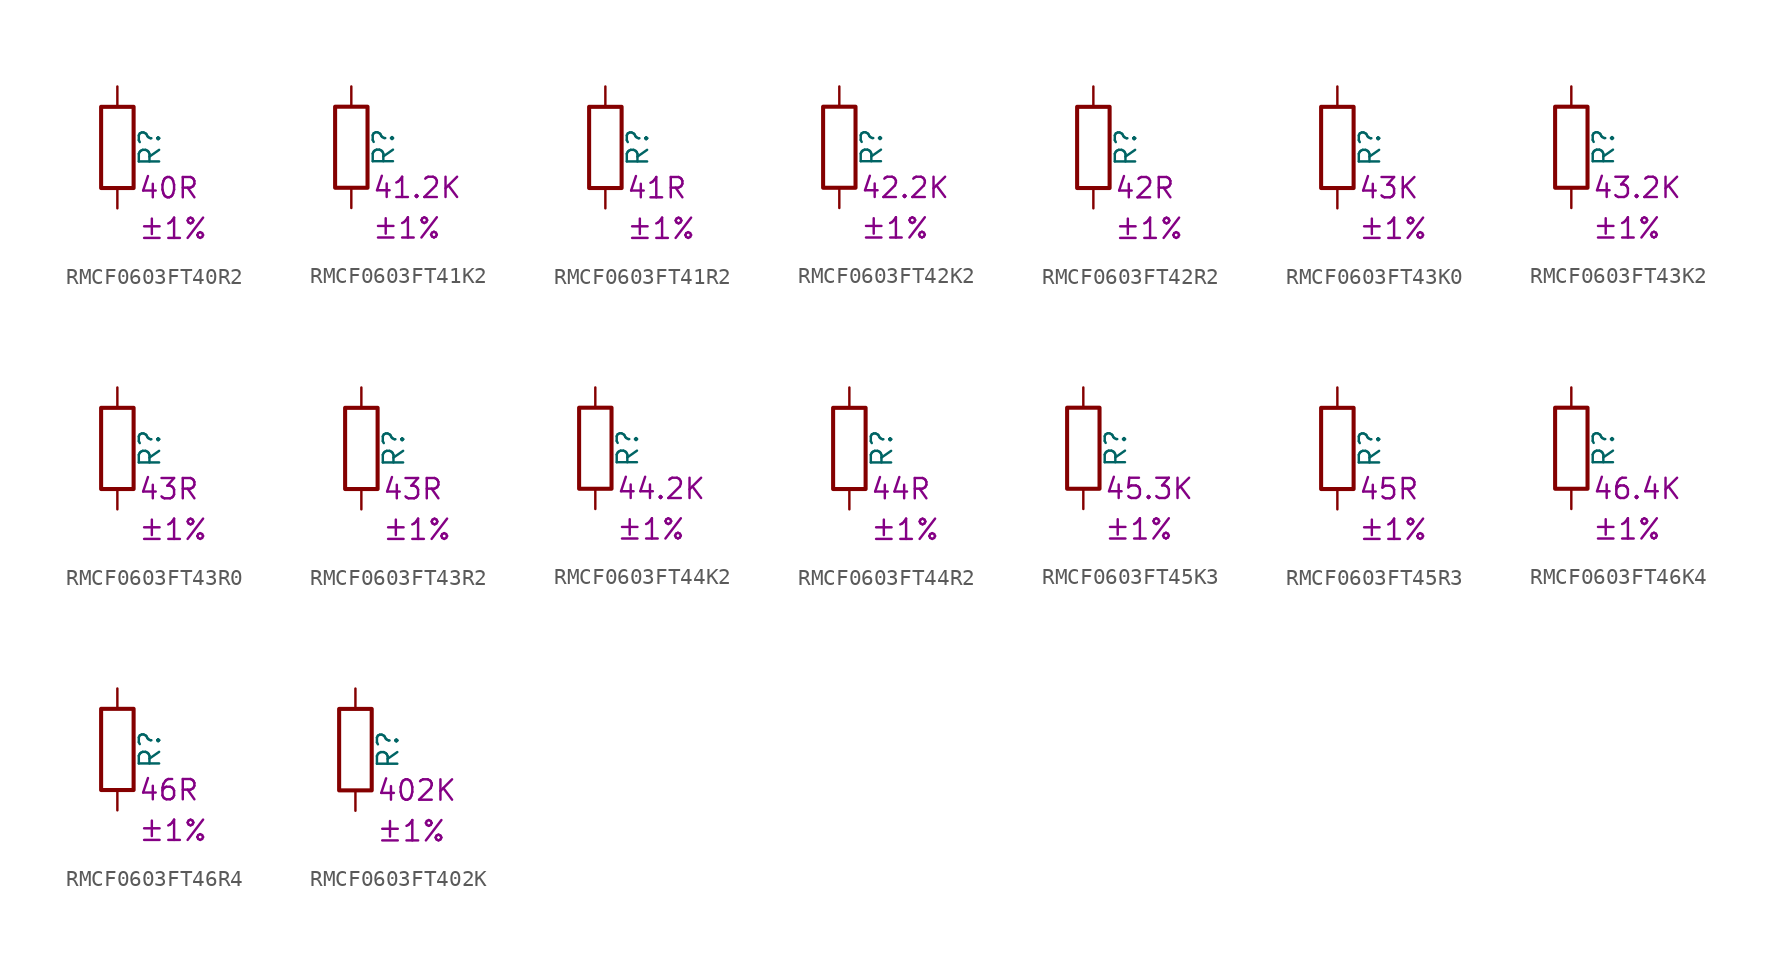
<source format=kicad_sym>
(kicad_symbol_lib
  (version 20220914)
  (generator kicad_symbol_editor)
  (symbol "RMCF0603FT40R2"
    (pin_numbers hide)
    (pin_names
      (offset 0))
    (property "Reference" "R"
      (at 2.032 0 90)
      (effects (font (size 1.27 1.27))))
    (property "Resistance" "40R"
      (at 1.27 -2.54 0)
      (effects (font (size 1.27 1.27)) (justify left)))
    (property "Tolerance" "±1%"
      (at 1.27 -5.08 0)
      (effects (font (size 1.27 1.27)) (justify left)))
    (symbol "RMCF0603FT40R2_0_1"
      (rectangle (start -1.016 -2.54) (end 1.016 2.54) (stroke (width 0.254) (type default)) (fill (type none))))
    (symbol "RMCF0603FT40R2_1_1"
      (pin passive line (at 0 3.81 270) (length 1.27) (name "~" (effects (font (size 1.27 1.27)))) (number "1" (effects (font (size 1.27 1.27)))))
      (pin passive line (at 0 -3.81 90) (length 1.27) (name "~" (effects (font (size 1.27 1.27)))) (number "2" (effects (font (size 1.27 1.27)))))))
  (symbol "RMCF0603FT41K2"
    (pin_numbers hide)
    (pin_names
      (offset 0))
    (property "Reference" "R"
      (at 2.032 0 90)
      (effects (font (size 1.27 1.27))))
    (property "Resistance" "41.2K"
      (at 1.27 -2.54 0)
      (effects (font (size 1.27 1.27)) (justify left)))
    (property "Tolerance" "±1%"
      (at 1.27 -5.08 0)
      (effects (font (size 1.27 1.27)) (justify left)))
    (symbol "RMCF0603FT41K2_0_1"
      (rectangle (start -1.016 -2.54) (end 1.016 2.54) (stroke (width 0.254) (type default)) (fill (type none))))
    (symbol "RMCF0603FT41K2_1_1"
      (pin passive line (at 0 3.81 270) (length 1.27) (name "~" (effects (font (size 1.27 1.27)))) (number "1" (effects (font (size 1.27 1.27)))))
      (pin passive line (at 0 -3.81 90) (length 1.27) (name "~" (effects (font (size 1.27 1.27)))) (number "2" (effects (font (size 1.27 1.27)))))))
  (symbol "RMCF0603FT41R2"
    (pin_numbers hide)
    (pin_names
      (offset 0))
    (property "Reference" "R"
      (at 2.032 0 90)
      (effects (font (size 1.27 1.27))))
    (property "Resistance" "41R"
      (at 1.27 -2.54 0)
      (effects (font (size 1.27 1.27)) (justify left)))
    (property "Tolerance" "±1%"
      (at 1.27 -5.08 0)
      (effects (font (size 1.27 1.27)) (justify left)))
    (symbol "RMCF0603FT41R2_0_1"
      (rectangle (start -1.016 -2.54) (end 1.016 2.54) (stroke (width 0.254) (type default)) (fill (type none))))
    (symbol "RMCF0603FT41R2_1_1"
      (pin passive line (at 0 3.81 270) (length 1.27) (name "~" (effects (font (size 1.27 1.27)))) (number "1" (effects (font (size 1.27 1.27)))))
      (pin passive line (at 0 -3.81 90) (length 1.27) (name "~" (effects (font (size 1.27 1.27)))) (number "2" (effects (font (size 1.27 1.27)))))))
  (symbol "RMCF0603FT42K2"
    (pin_numbers hide)
    (pin_names
      (offset 0))
    (property "Reference" "R"
      (at 2.032 0 90)
      (effects (font (size 1.27 1.27))))
    (property "Resistance" "42.2K"
      (at 1.27 -2.54 0)
      (effects (font (size 1.27 1.27)) (justify left)))
    (property "Tolerance" "±1%"
      (at 1.27 -5.08 0)
      (effects (font (size 1.27 1.27)) (justify left)))
    (symbol "RMCF0603FT42K2_0_1"
      (rectangle (start -1.016 -2.54) (end 1.016 2.54) (stroke (width 0.254) (type default)) (fill (type none))))
    (symbol "RMCF0603FT42K2_1_1"
      (pin passive line (at 0 3.81 270) (length 1.27) (name "~" (effects (font (size 1.27 1.27)))) (number "1" (effects (font (size 1.27 1.27)))))
      (pin passive line (at 0 -3.81 90) (length 1.27) (name "~" (effects (font (size 1.27 1.27)))) (number "2" (effects (font (size 1.27 1.27)))))))
  (symbol "RMCF0603FT42R2"
    (pin_numbers hide)
    (pin_names
      (offset 0))
    (property "Reference" "R"
      (at 2.032 0 90)
      (effects (font (size 1.27 1.27))))
    (property "Resistance" "42R"
      (at 1.27 -2.54 0)
      (effects (font (size 1.27 1.27)) (justify left)))
    (property "Tolerance" "±1%"
      (at 1.27 -5.08 0)
      (effects (font (size 1.27 1.27)) (justify left)))
    (symbol "RMCF0603FT42R2_0_1"
      (rectangle (start -1.016 -2.54) (end 1.016 2.54) (stroke (width 0.254) (type default)) (fill (type none))))
    (symbol "RMCF0603FT42R2_1_1"
      (pin passive line (at 0 3.81 270) (length 1.27) (name "~" (effects (font (size 1.27 1.27)))) (number "1" (effects (font (size 1.27 1.27)))))
      (pin passive line (at 0 -3.81 90) (length 1.27) (name "~" (effects (font (size 1.27 1.27)))) (number "2" (effects (font (size 1.27 1.27)))))))
  (symbol "RMCF0603FT43K0"
    (pin_numbers hide)
    (pin_names
      (offset 0))
    (property "Reference" "R"
      (at 2.032 0 90)
      (effects (font (size 1.27 1.27))))
    (property "Resistance" "43K"
      (at 1.27 -2.54 0)
      (effects (font (size 1.27 1.27)) (justify left)))
    (property "Tolerance" "±1%"
      (at 1.27 -5.08 0)
      (effects (font (size 1.27 1.27)) (justify left)))
    (symbol "RMCF0603FT43K0_0_1"
      (rectangle (start -1.016 -2.54) (end 1.016 2.54) (stroke (width 0.254) (type default)) (fill (type none))))
    (symbol "RMCF0603FT43K0_1_1"
      (pin passive line (at 0 3.81 270) (length 1.27) (name "~" (effects (font (size 1.27 1.27)))) (number "1" (effects (font (size 1.27 1.27)))))
      (pin passive line (at 0 -3.81 90) (length 1.27) (name "~" (effects (font (size 1.27 1.27)))) (number "2" (effects (font (size 1.27 1.27)))))))
  (symbol "RMCF0603FT43K2"
    (pin_numbers hide)
    (pin_names
      (offset 0))
    (property "Reference" "R"
      (at 2.032 0 90)
      (effects (font (size 1.27 1.27))))
    (property "Resistance" "43.2K"
      (at 1.27 -2.54 0)
      (effects (font (size 1.27 1.27)) (justify left)))
    (property "Tolerance" "±1%"
      (at 1.27 -5.08 0)
      (effects (font (size 1.27 1.27)) (justify left)))
    (symbol "RMCF0603FT43K2_0_1"
      (rectangle (start -1.016 -2.54) (end 1.016 2.54) (stroke (width 0.254) (type default)) (fill (type none))))
    (symbol "RMCF0603FT43K2_1_1"
      (pin passive line (at 0 3.81 270) (length 1.27) (name "~" (effects (font (size 1.27 1.27)))) (number "1" (effects (font (size 1.27 1.27)))))
      (pin passive line (at 0 -3.81 90) (length 1.27) (name "~" (effects (font (size 1.27 1.27)))) (number "2" (effects (font (size 1.27 1.27)))))))
  (symbol "RMCF0603FT43R0"
    (pin_numbers hide)
    (pin_names
      (offset 0))
    (property "Reference" "R"
      (at 2.032 0 90)
      (effects (font (size 1.27 1.27))))
    (property "Resistance" "43R"
      (at 1.27 -2.54 0)
      (effects (font (size 1.27 1.27)) (justify left)))
    (property "Tolerance" "±1%"
      (at 1.27 -5.08 0)
      (effects (font (size 1.27 1.27)) (justify left)))
    (symbol "RMCF0603FT43R0_0_1"
      (rectangle (start -1.016 -2.54) (end 1.016 2.54) (stroke (width 0.254) (type default)) (fill (type none))))
    (symbol "RMCF0603FT43R0_1_1"
      (pin passive line (at 0 3.81 270) (length 1.27) (name "~" (effects (font (size 1.27 1.27)))) (number "1" (effects (font (size 1.27 1.27)))))
      (pin passive line (at 0 -3.81 90) (length 1.27) (name "~" (effects (font (size 1.27 1.27)))) (number "2" (effects (font (size 1.27 1.27)))))))
  (symbol "RMCF0603FT43R2"
    (pin_numbers hide)
    (pin_names
      (offset 0))
    (property "Reference" "R"
      (at 2.032 0 90)
      (effects (font (size 1.27 1.27))))
    (property "Resistance" "43R"
      (at 1.27 -2.54 0)
      (effects (font (size 1.27 1.27)) (justify left)))
    (property "Tolerance" "±1%"
      (at 1.27 -5.08 0)
      (effects (font (size 1.27 1.27)) (justify left)))
    (symbol "RMCF0603FT43R2_0_1"
      (rectangle (start -1.016 -2.54) (end 1.016 2.54) (stroke (width 0.254) (type default)) (fill (type none))))
    (symbol "RMCF0603FT43R2_1_1"
      (pin passive line (at 0 3.81 270) (length 1.27) (name "~" (effects (font (size 1.27 1.27)))) (number "1" (effects (font (size 1.27 1.27)))))
      (pin passive line (at 0 -3.81 90) (length 1.27) (name "~" (effects (font (size 1.27 1.27)))) (number "2" (effects (font (size 1.27 1.27)))))))
  (symbol "RMCF0603FT44K2"
    (pin_numbers hide)
    (pin_names
      (offset 0))
    (property "Reference" "R"
      (at 2.032 0 90)
      (effects (font (size 1.27 1.27))))
    (property "Resistance" "44.2K"
      (at 1.27 -2.54 0)
      (effects (font (size 1.27 1.27)) (justify left)))
    (property "Tolerance" "±1%"
      (at 1.27 -5.08 0)
      (effects (font (size 1.27 1.27)) (justify left)))
    (symbol "RMCF0603FT44K2_0_1"
      (rectangle (start -1.016 -2.54) (end 1.016 2.54) (stroke (width 0.254) (type default)) (fill (type none))))
    (symbol "RMCF0603FT44K2_1_1"
      (pin passive line (at 0 3.81 270) (length 1.27) (name "~" (effects (font (size 1.27 1.27)))) (number "1" (effects (font (size 1.27 1.27)))))
      (pin passive line (at 0 -3.81 90) (length 1.27) (name "~" (effects (font (size 1.27 1.27)))) (number "2" (effects (font (size 1.27 1.27)))))))
  (symbol "RMCF0603FT44R2"
    (pin_numbers hide)
    (pin_names
      (offset 0))
    (property "Reference" "R"
      (at 2.032 0 90)
      (effects (font (size 1.27 1.27))))
    (property "Resistance" "44R"
      (at 1.27 -2.54 0)
      (effects (font (size 1.27 1.27)) (justify left)))
    (property "Tolerance" "±1%"
      (at 1.27 -5.08 0)
      (effects (font (size 1.27 1.27)) (justify left)))
    (symbol "RMCF0603FT44R2_0_1"
      (rectangle (start -1.016 -2.54) (end 1.016 2.54) (stroke (width 0.254) (type default)) (fill (type none))))
    (symbol "RMCF0603FT44R2_1_1"
      (pin passive line (at 0 3.81 270) (length 1.27) (name "~" (effects (font (size 1.27 1.27)))) (number "1" (effects (font (size 1.27 1.27)))))
      (pin passive line (at 0 -3.81 90) (length 1.27) (name "~" (effects (font (size 1.27 1.27)))) (number "2" (effects (font (size 1.27 1.27)))))))
  (symbol "RMCF0603FT45K3"
    (pin_numbers hide)
    (pin_names
      (offset 0))
    (property "Reference" "R"
      (at 2.032 0 90)
      (effects (font (size 1.27 1.27))))
    (property "Resistance" "45.3K"
      (at 1.27 -2.54 0)
      (effects (font (size 1.27 1.27)) (justify left)))
    (property "Tolerance" "±1%"
      (at 1.27 -5.08 0)
      (effects (font (size 1.27 1.27)) (justify left)))
    (symbol "RMCF0603FT45K3_0_1"
      (rectangle (start -1.016 -2.54) (end 1.016 2.54) (stroke (width 0.254) (type default)) (fill (type none))))
    (symbol "RMCF0603FT45K3_1_1"
      (pin passive line (at 0 3.81 270) (length 1.27) (name "~" (effects (font (size 1.27 1.27)))) (number "1" (effects (font (size 1.27 1.27)))))
      (pin passive line (at 0 -3.81 90) (length 1.27) (name "~" (effects (font (size 1.27 1.27)))) (number "2" (effects (font (size 1.27 1.27)))))))
  (symbol "RMCF0603FT45R3"
    (pin_numbers hide)
    (pin_names
      (offset 0))
    (property "Reference" "R"
      (at 2.032 0 90)
      (effects (font (size 1.27 1.27))))
    (property "Resistance" "45R"
      (at 1.27 -2.54 0)
      (effects (font (size 1.27 1.27)) (justify left)))
    (property "Tolerance" "±1%"
      (at 1.27 -5.08 0)
      (effects (font (size 1.27 1.27)) (justify left)))
    (symbol "RMCF0603FT45R3_0_1"
      (rectangle (start -1.016 -2.54) (end 1.016 2.54) (stroke (width 0.254) (type default)) (fill (type none))))
    (symbol "RMCF0603FT45R3_1_1"
      (pin passive line (at 0 3.81 270) (length 1.27) (name "~" (effects (font (size 1.27 1.27)))) (number "1" (effects (font (size 1.27 1.27)))))
      (pin passive line (at 0 -3.81 90) (length 1.27) (name "~" (effects (font (size 1.27 1.27)))) (number "2" (effects (font (size 1.27 1.27)))))))
  (symbol "RMCF0603FT46K4"
    (pin_numbers hide)
    (pin_names
      (offset 0))
    (property "Reference" "R"
      (at 2.032 0 90)
      (effects (font (size 1.27 1.27))))
    (property "Resistance" "46.4K"
      (at 1.27 -2.54 0)
      (effects (font (size 1.27 1.27)) (justify left)))
    (property "Tolerance" "±1%"
      (at 1.27 -5.08 0)
      (effects (font (size 1.27 1.27)) (justify left)))
    (symbol "RMCF0603FT46K4_0_1"
      (rectangle (start -1.016 -2.54) (end 1.016 2.54) (stroke (width 0.254) (type default)) (fill (type none))))
    (symbol "RMCF0603FT46K4_1_1"
      (pin passive line (at 0 3.81 270) (length 1.27) (name "~" (effects (font (size 1.27 1.27)))) (number "1" (effects (font (size 1.27 1.27)))))
      (pin passive line (at 0 -3.81 90) (length 1.27) (name "~" (effects (font (size 1.27 1.27)))) (number "2" (effects (font (size 1.27 1.27)))))))
  (symbol "RMCF0603FT46R4"
    (pin_numbers hide)
    (pin_names
      (offset 0))
    (property "Reference" "R"
      (at 2.032 0 90)
      (effects (font (size 1.27 1.27))))
    (property "Resistance" "46R"
      (at 1.27 -2.54 0)
      (effects (font (size 1.27 1.27)) (justify left)))
    (property "Tolerance" "±1%"
      (at 1.27 -5.08 0)
      (effects (font (size 1.27 1.27)) (justify left)))
    (symbol "RMCF0603FT46R4_0_1"
      (rectangle (start -1.016 -2.54) (end 1.016 2.54) (stroke (width 0.254) (type default)) (fill (type none))))
    (symbol "RMCF0603FT46R4_1_1"
      (pin passive line (at 0 3.81 270) (length 1.27) (name "~" (effects (font (size 1.27 1.27)))) (number "1" (effects (font (size 1.27 1.27)))))
      (pin passive line (at 0 -3.81 90) (length 1.27) (name "~" (effects (font (size 1.27 1.27)))) (number "2" (effects (font (size 1.27 1.27)))))))
  (symbol "RMCF0603FT402K"
    (pin_numbers hide)
    (pin_names
      (offset 0))
    (property "Reference" "R"
      (at 2.032 0 90)
      (effects (font (size 1.27 1.27))))
    (property "Resistance" "402K"
      (at 1.27 -2.54 0)
      (effects (font (size 1.27 1.27)) (justify left)))
    (property "Tolerance" "±1%"
      (at 1.27 -5.08 0)
      (effects (font (size 1.27 1.27)) (justify left)))
    (symbol "RMCF0603FT402K_0_1"
      (rectangle (start -1.016 -2.54) (end 1.016 2.54) (stroke (width 0.254) (type default)) (fill (type none))))
    (symbol "RMCF0603FT402K_1_1"
      (pin passive line (at 0 3.81 270) (length 1.27) (name "~" (effects (font (size 1.27 1.27)))) (number "1" (effects (font (size 1.27 1.27)))))
      (pin passive line (at 0 -3.81 90) (length 1.27) (name "~" (effects (font (size 1.27 1.27)))) (number "2" (effects (font (size 1.27 1.27))))))))
</source>
